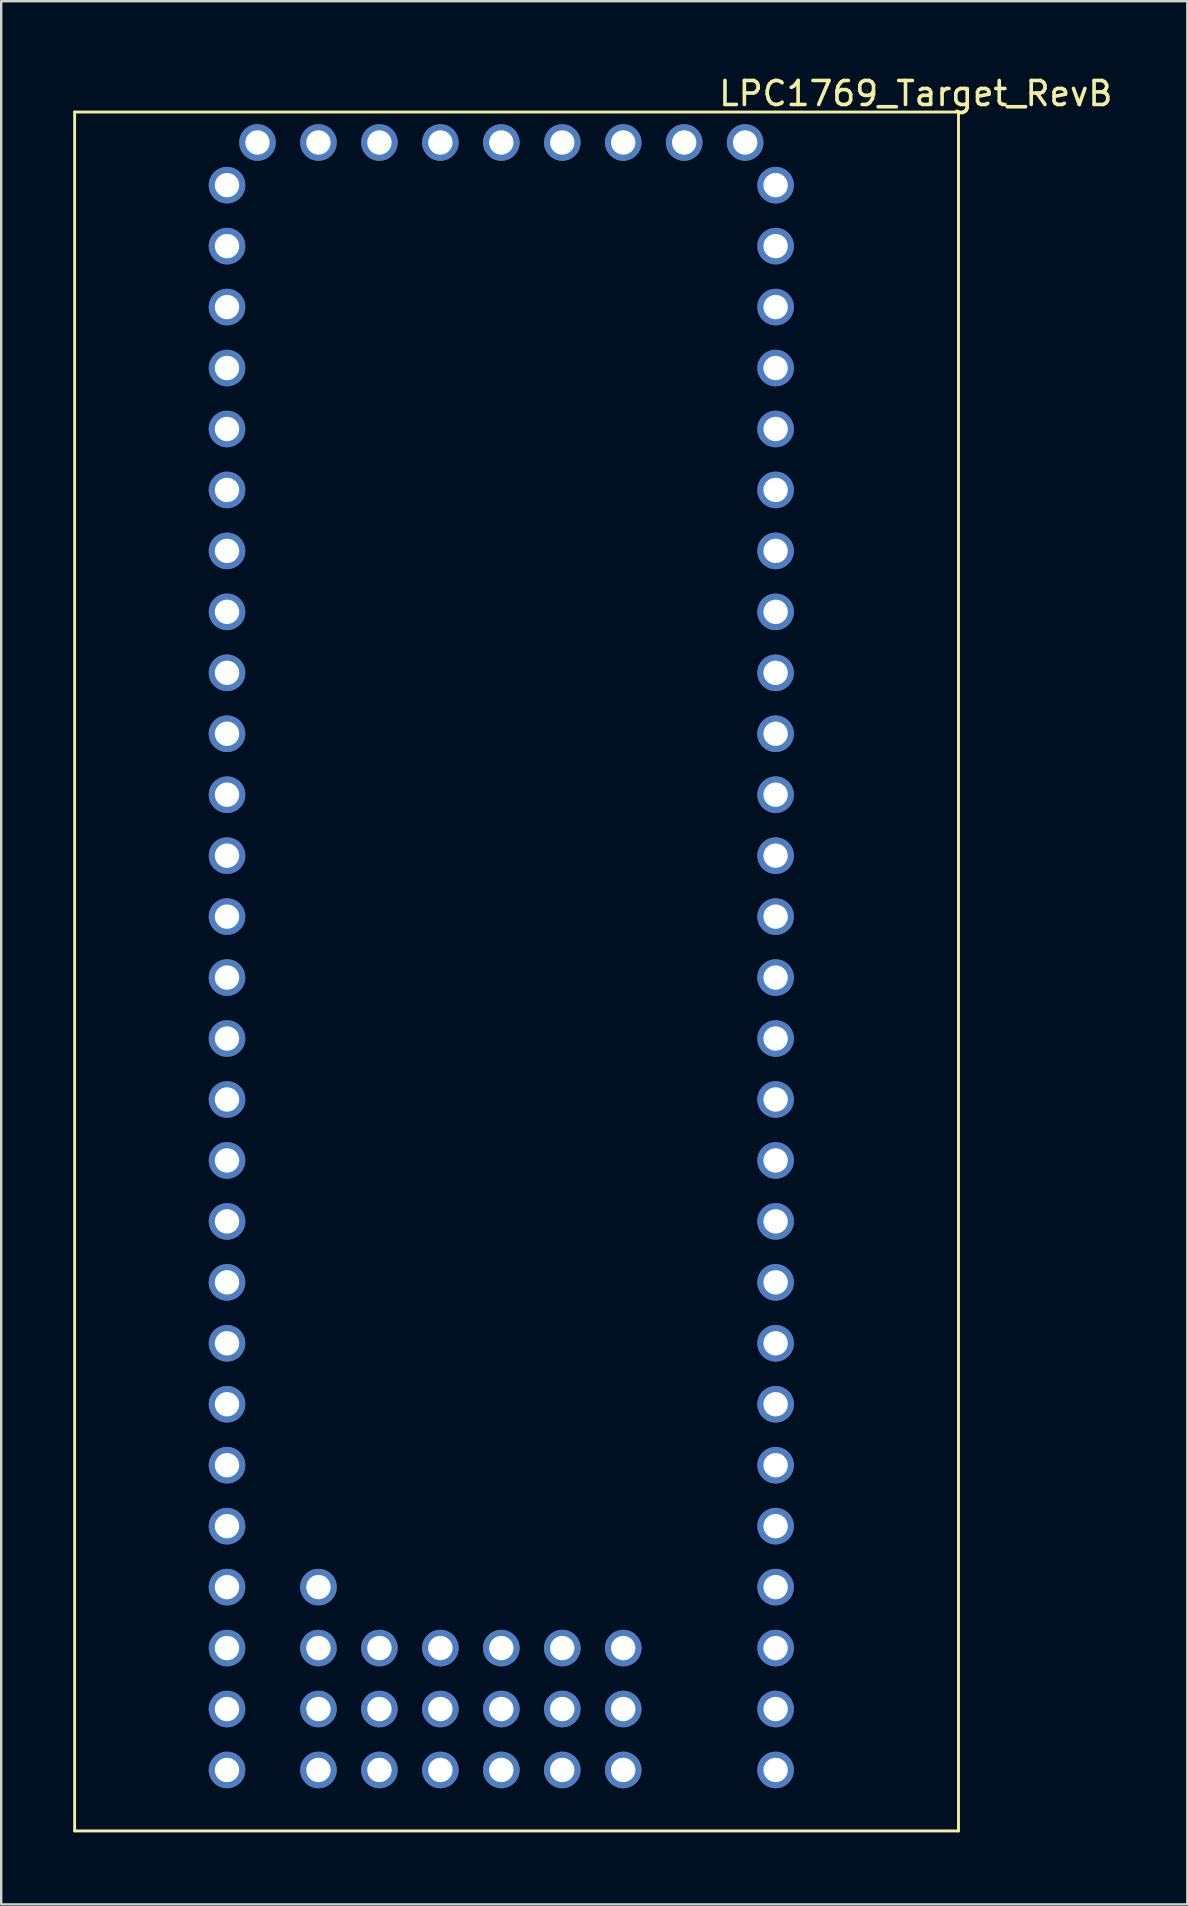
<source format=kicad_pcb>
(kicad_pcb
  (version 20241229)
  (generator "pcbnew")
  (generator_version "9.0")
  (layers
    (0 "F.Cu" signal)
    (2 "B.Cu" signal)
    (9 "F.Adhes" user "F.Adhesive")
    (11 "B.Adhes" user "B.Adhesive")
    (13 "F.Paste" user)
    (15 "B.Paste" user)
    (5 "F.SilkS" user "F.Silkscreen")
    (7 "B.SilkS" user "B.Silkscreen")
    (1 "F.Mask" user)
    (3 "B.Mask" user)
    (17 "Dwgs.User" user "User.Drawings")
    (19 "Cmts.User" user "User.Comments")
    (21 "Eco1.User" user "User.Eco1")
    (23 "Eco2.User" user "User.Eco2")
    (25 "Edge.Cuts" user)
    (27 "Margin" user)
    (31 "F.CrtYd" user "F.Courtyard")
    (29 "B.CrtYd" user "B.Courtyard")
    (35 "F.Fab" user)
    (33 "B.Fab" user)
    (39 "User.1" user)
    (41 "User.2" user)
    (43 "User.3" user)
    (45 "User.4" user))
  (footprint "LPC1769_Target_RevB"
    (layer "F.Cu")
    (at 6.41 4.666)
    (property "Reference" "LPC1769_Target_RevB" (at 28.702 -3.818 0) (layer "F.SilkS") (effects (font (size 1 1) (thickness 0.15))))
    (attr through_hole)
    (fp_line (start -6.35 -3.048) (end -6.35 68.58) (stroke (width 0.12) (type solid)) (layer "F.SilkS"))
    (fp_line (start -6.35 -3.048) (end 30.48 -3.048) (stroke (width 0.12) (type solid)) (layer "F.SilkS"))
    (fp_line (start -6.35 68.58) (end 30.48 68.58) (stroke (width 0.12) (type solid)) (layer "F.SilkS"))
    (fp_line (start 30.48 -3.048) (end 30.48 68.58) (stroke (width 0.12) (type solid)) (layer "F.SilkS"))
    (pad "1" thru_hole circle (at 0 0) (size 1.524 1.524) (drill 1.016) (layers "*.Cu" "*.Mask"))
    (pad "2" thru_hole circle (at 0 2.54) (size 1.524 1.524) (drill 1.016) (layers "*.Cu" "*.Mask"))
    (pad "3" thru_hole circle (at 0 5.08) (size 1.524 1.524) (drill 1.016) (layers "*.Cu" "*.Mask"))
    (pad "4" thru_hole circle (at 0 7.62) (size 1.524 1.524) (drill 1.016) (layers "*.Cu" "*.Mask"))
    (pad "5" thru_hole circle (at 0 10.16) (size 1.524 1.524) (drill 1.016) (layers "*.Cu" "*.Mask"))
    (pad "6" thru_hole circle (at 0 12.7) (size 1.524 1.524) (drill 1.016) (layers "*.Cu" "*.Mask"))
    (pad "7" thru_hole circle (at 0 15.24) (size 1.524 1.524) (drill 1.016) (layers "*.Cu" "*.Mask"))
    (pad "8" thru_hole circle (at 0 17.78) (size 1.524 1.524) (drill 1.016) (layers "*.Cu" "*.Mask"))
    (pad "9" thru_hole circle (at 0 20.32) (size 1.524 1.524) (drill 1.016) (layers "*.Cu" "*.Mask"))
    (pad "10" thru_hole circle (at 0 22.86) (size 1.524 1.524) (drill 1.016) (layers "*.Cu" "*.Mask"))
    (pad "11" thru_hole circle (at 0 25.4) (size 1.524 1.524) (drill 1.016) (layers "*.Cu" "*.Mask"))
    (pad "12" thru_hole circle (at 0 27.94) (size 1.524 1.524) (drill 1.016) (layers "*.Cu" "*.Mask"))
    (pad "13" thru_hole circle (at 0 30.48) (size 1.524 1.524) (drill 1.016) (layers "*.Cu" "*.Mask"))
    (pad "14" thru_hole circle (at 0 33.02) (size 1.524 1.524) (drill 1.016) (layers "*.Cu" "*.Mask"))
    (pad "15" thru_hole circle (at 0 35.56) (size 1.524 1.524) (drill 1.016) (layers "*.Cu" "*.Mask"))
    (pad "16" thru_hole circle (at 0 38.1) (size 1.524 1.524) (drill 1.016) (layers "*.Cu" "*.Mask"))
    (pad "17" thru_hole circle (at 0 40.64) (size 1.524 1.524) (drill 1.016) (layers "*.Cu" "*.Mask"))
    (pad "18" thru_hole circle (at 0 43.18) (size 1.524 1.524) (drill 1.016) (layers "*.Cu" "*.Mask"))
    (pad "19" thru_hole circle (at 0 45.72) (size 1.524 1.524) (drill 1.016) (layers "*.Cu" "*.Mask"))
    (pad "20" thru_hole circle (at 0 48.26) (size 1.524 1.524) (drill 1.016) (layers "*.Cu" "*.Mask"))
    (pad "21" thru_hole circle (at 0 50.8) (size 1.524 1.524) (drill 1.016) (layers "*.Cu" "*.Mask"))
    (pad "22" thru_hole circle (at 0 53.34) (size 1.524 1.524) (drill 1.016) (layers "*.Cu" "*.Mask"))
    (pad "23" thru_hole circle (at 0 55.88) (size 1.524 1.524) (drill 1.016) (layers "*.Cu" "*.Mask"))
    (pad "24" thru_hole circle (at 0 58.42) (size 1.524 1.524) (drill 1.016) (layers "*.Cu" "*.Mask"))
    (pad "25" thru_hole circle (at 0 60.96) (size 1.524 1.524) (drill 1.016) (layers "*.Cu" "*.Mask"))
    (pad "26" thru_hole circle (at 0 63.5) (size 1.524 1.524) (drill 1.016) (layers "*.Cu" "*.Mask"))
    (pad "27" thru_hole circle (at 0 66.04) (size 1.524 1.524) (drill 1.016) (layers "*.Cu" "*.Mask"))
    (pad "28" thru_hole circle (at 22.86 0) (size 1.524 1.524) (drill 1.016) (layers "*.Cu" "*.Mask"))
    (pad "29" thru_hole circle (at 22.86 2.54) (size 1.524 1.524) (drill 1.016) (layers "*.Cu" "*.Mask"))
    (pad "30" thru_hole circle (at 22.86 5.08) (size 1.524 1.524) (drill 1.016) (layers "*.Cu" "*.Mask"))
    (pad "31" thru_hole circle (at 22.86 7.62) (size 1.524 1.524) (drill 1.016) (layers "*.Cu" "*.Mask"))
    (pad "32" thru_hole circle (at 22.86 10.16) (size 1.524 1.524) (drill 1.016) (layers "*.Cu" "*.Mask"))
    (pad "33" thru_hole circle (at 22.86 12.7) (size 1.524 1.524) (drill 1.016) (layers "*.Cu" "*.Mask"))
    (pad "34" thru_hole circle (at 22.86 15.24) (size 1.524 1.524) (drill 1.016) (layers "*.Cu" "*.Mask"))
    (pad "35" thru_hole circle (at 22.86 17.78) (size 1.524 1.524) (drill 1.016) (layers "*.Cu" "*.Mask"))
    (pad "36" thru_hole circle (at 22.86 20.32) (size 1.524 1.524) (drill 1.016) (layers "*.Cu" "*.Mask"))
    (pad "37" thru_hole circle (at 22.86 22.86) (size 1.524 1.524) (drill 1.016) (layers "*.Cu" "*.Mask"))
    (pad "38" thru_hole circle (at 22.86 25.4) (size 1.524 1.524) (drill 1.016) (layers "*.Cu" "*.Mask"))
    (pad "39" thru_hole circle (at 22.86 27.94) (size 1.524 1.524) (drill 1.016) (layers "*.Cu" "*.Mask"))
    (pad "40" thru_hole circle (at 22.86 30.48) (size 1.524 1.524) (drill 1.016) (layers "*.Cu" "*.Mask"))
    (pad "41" thru_hole circle (at 22.86 33.02) (size 1.524 1.524) (drill 1.016) (layers "*.Cu" "*.Mask"))
    (pad "42" thru_hole circle (at 22.86 35.56) (size 1.524 1.524) (drill 1.016) (layers "*.Cu" "*.Mask"))
    (pad "43" thru_hole circle (at 22.86 38.1) (size 1.524 1.524) (drill 1.016) (layers "*.Cu" "*.Mask"))
    (pad "44" thru_hole circle (at 22.86 40.64) (size 1.524 1.524) (drill 1.016) (layers "*.Cu" "*.Mask"))
    (pad "45" thru_hole circle (at 22.86 43.18) (size 1.524 1.524) (drill 1.016) (layers "*.Cu" "*.Mask"))
    (pad "46" thru_hole circle (at 22.86 45.72) (size 1.524 1.524) (drill 1.016) (layers "*.Cu" "*.Mask"))
    (pad "47" thru_hole circle (at 22.86 48.26) (size 1.524 1.524) (drill 1.016) (layers "*.Cu" "*.Mask"))
    (pad "48" thru_hole circle (at 22.86 50.8) (size 1.524 1.524) (drill 1.016) (layers "*.Cu" "*.Mask"))
    (pad "49" thru_hole circle (at 22.86 53.34) (size 1.524 1.524) (drill 1.016) (layers "*.Cu" "*.Mask"))
    (pad "50" thru_hole circle (at 22.86 55.88) (size 1.524 1.524) (drill 1.016) (layers "*.Cu" "*.Mask"))
    (pad "51" thru_hole circle (at 22.86 58.42) (size 1.524 1.524) (drill 1.016) (layers "*.Cu" "*.Mask"))
    (pad "52" thru_hole circle (at 22.86 60.96) (size 1.524 1.524) (drill 1.016) (layers "*.Cu" "*.Mask"))
    (pad "53" thru_hole circle (at 22.86 63.5) (size 1.524 1.524) (drill 1.016) (layers "*.Cu" "*.Mask"))
    (pad "54" thru_hole circle (at 22.86 66.04) (size 1.524 1.524) (drill 1.016) (layers "*.Cu" "*.Mask"))
    (pad "55" thru_hole circle (at 3.81 66.04) (size 1.524 1.524) (drill 1.016) (layers "*.Cu" "*.Mask"))
    (pad "56" thru_hole circle (at 6.35 66.04) (size 1.524 1.524) (drill 1.016) (layers "*.Cu" "*.Mask"))
    (pad "57" thru_hole circle (at 8.89 66.04) (size 1.524 1.524) (drill 1.016) (layers "*.Cu" "*.Mask"))
    (pad "58" thru_hole circle (at 11.43 66.04) (size 1.524 1.524) (drill 1.016) (layers "*.Cu" "*.Mask"))
    (pad "59" thru_hole circle (at 13.97 66.04) (size 1.524 1.524) (drill 1.016) (layers "*.Cu" "*.Mask"))
    (pad "60" thru_hole circle (at 16.51 66.04) (size 1.524 1.524) (drill 1.016) (layers "*.Cu" "*.Mask"))
    (pad "61" thru_hole circle (at 3.81 63.5) (size 1.524 1.524) (drill 1.016) (layers "*.Cu" "*.Mask"))
    (pad "62" thru_hole circle (at 6.35 63.5) (size 1.524 1.524) (drill 1.016) (layers "*.Cu" "*.Mask"))
    (pad "63" thru_hole circle (at 8.89 63.5) (size 1.524 1.524) (drill 1.016) (layers "*.Cu" "*.Mask"))
    (pad "64" thru_hole circle (at 11.43 63.5) (size 1.524 1.524) (drill 1.016) (layers "*.Cu" "*.Mask"))
    (pad "65" thru_hole circle (at 13.97 63.5) (size 1.524 1.524) (drill 1.016) (layers "*.Cu" "*.Mask"))
    (pad "66" thru_hole circle (at 16.51 63.5) (size 1.524 1.524) (drill 1.016) (layers "*.Cu" "*.Mask"))
    (pad "67" thru_hole circle (at 3.81 60.96) (size 1.524 1.524) (drill 1.016) (layers "*.Cu" "*.Mask"))
    (pad "68" thru_hole circle (at 6.35 60.96) (size 1.524 1.524) (drill 1.016) (layers "*.Cu" "*.Mask"))
    (pad "69" thru_hole circle (at 8.89 60.96) (size 1.524 1.524) (drill 1.016) (layers "*.Cu" "*.Mask"))
    (pad "70" thru_hole circle (at 11.43 60.96) (size 1.524 1.524) (drill 1.016) (layers "*.Cu" "*.Mask"))
    (pad "71" thru_hole circle (at 13.97 60.96) (size 1.524 1.524) (drill 1.016) (layers "*.Cu" "*.Mask"))
    (pad "72" thru_hole circle (at 16.51 60.96) (size 1.524 1.524) (drill 1.016) (layers "*.Cu" "*.Mask"))
    (pad "73" thru_hole circle (at 3.81 58.42) (size 1.524 1.524) (drill 1.016) (layers "*.Cu" "*.Mask"))
    (pad "74" thru_hole circle (at 1.27 -1.778) (size 1.524 1.524) (drill 1.016) (layers "*.Cu" "*.Mask"))
    (pad "75" thru_hole circle (at 3.81 -1.778) (size 1.524 1.524) (drill 1.016) (layers "*.Cu" "*.Mask"))
    (pad "76" thru_hole circle (at 6.35 -1.778) (size 1.524 1.524) (drill 1.016) (layers "*.Cu" "*.Mask"))
    (pad "77" thru_hole circle (at 8.89 -1.778) (size 1.524 1.524) (drill 1.016) (layers "*.Cu" "*.Mask"))
    (pad "78" thru_hole circle (at 11.43 -1.778) (size 1.524 1.524) (drill 1.016) (layers "*.Cu" "*.Mask"))
    (pad "79" thru_hole circle (at 13.97 -1.778) (size 1.524 1.524) (drill 1.016) (layers "*.Cu" "*.Mask"))
    (pad "80" thru_hole circle (at 16.51 -1.778) (size 1.524 1.524) (drill 1.016) (layers "*.Cu" "*.Mask"))
    (pad "81" thru_hole circle (at 19.05 -1.778) (size 1.524 1.524) (drill 1.016) (layers "*.Cu" "*.Mask"))
    (pad "82" thru_hole circle (at 21.59 -1.778) (size 1.524 1.524) (drill 1.016) (layers "*.Cu" "*.Mask")))
  (gr_rect
    (start -3 -3)
    (end 46.427 76.306)
    (stroke (width 0.1) (type default))
    (fill no)
    (layer "Edge.Cuts")))
</source>
